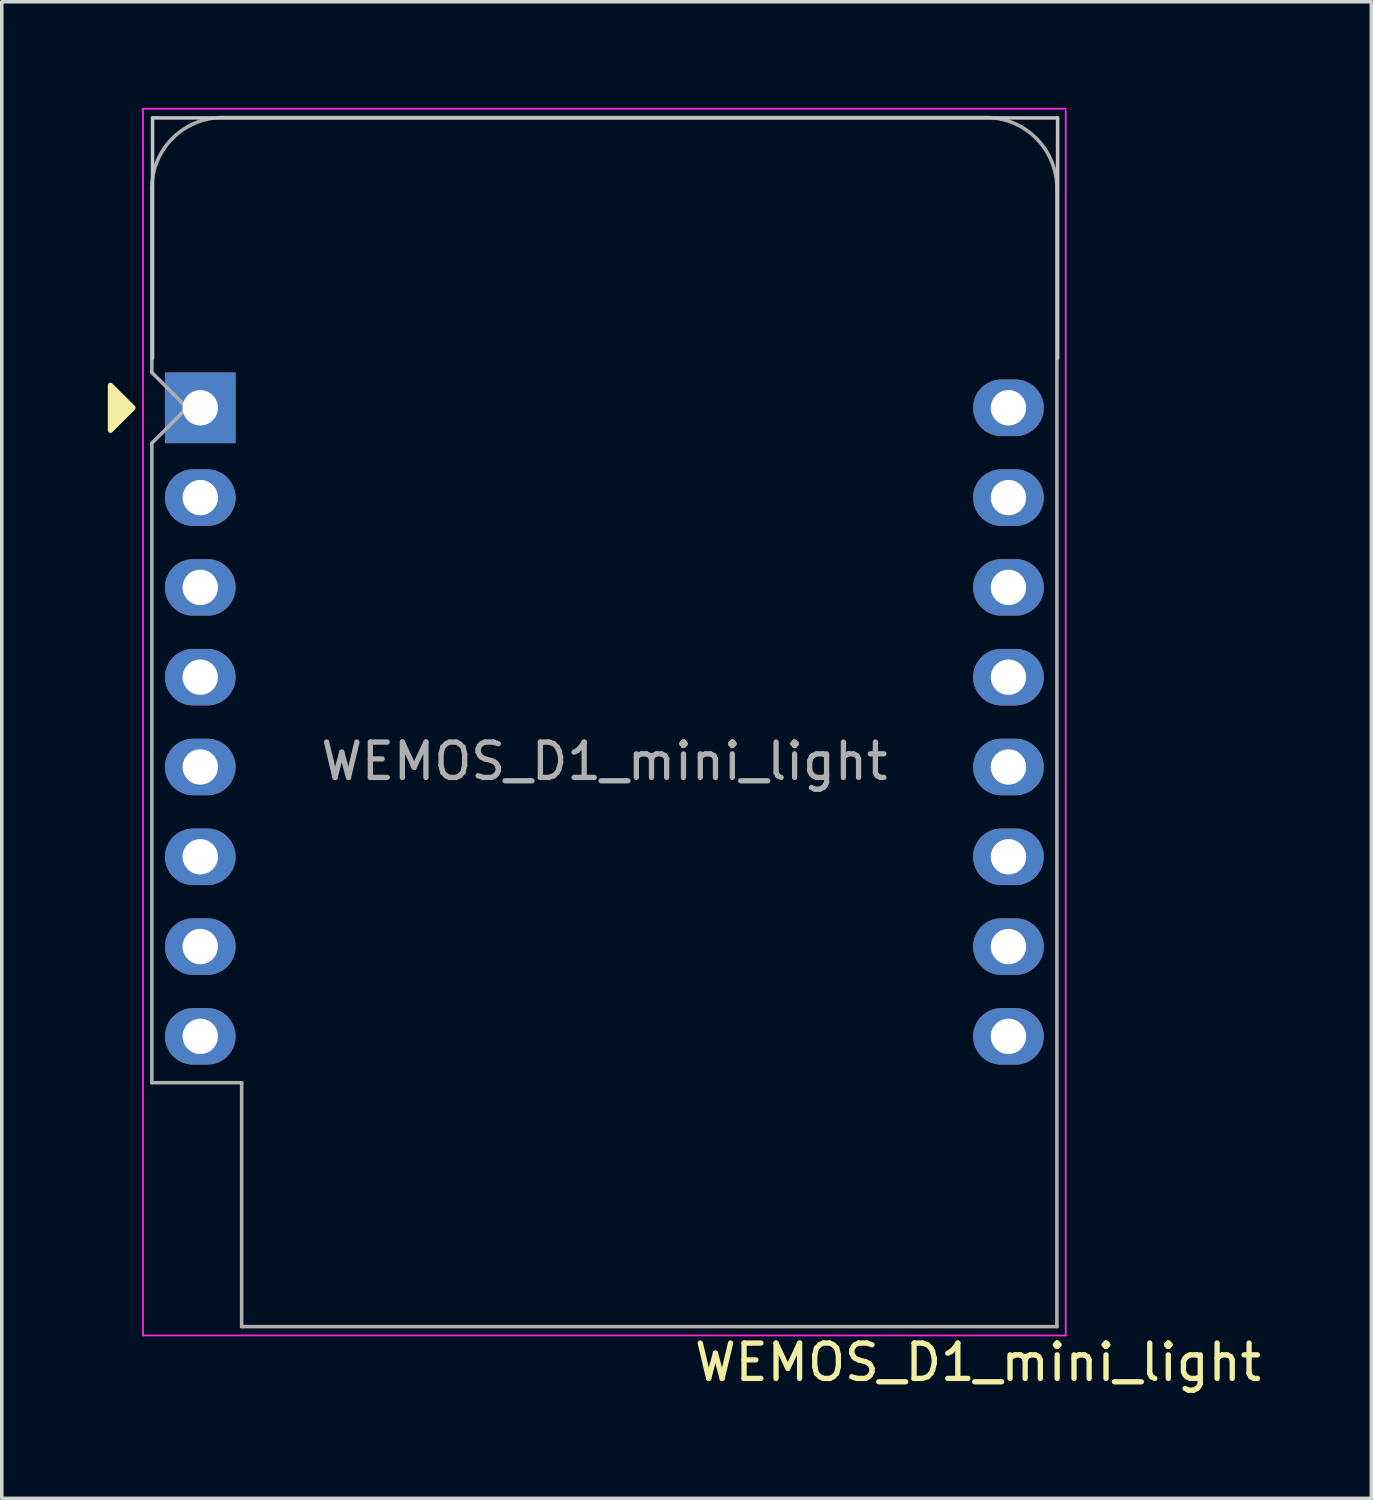
<source format=kicad_pcb>
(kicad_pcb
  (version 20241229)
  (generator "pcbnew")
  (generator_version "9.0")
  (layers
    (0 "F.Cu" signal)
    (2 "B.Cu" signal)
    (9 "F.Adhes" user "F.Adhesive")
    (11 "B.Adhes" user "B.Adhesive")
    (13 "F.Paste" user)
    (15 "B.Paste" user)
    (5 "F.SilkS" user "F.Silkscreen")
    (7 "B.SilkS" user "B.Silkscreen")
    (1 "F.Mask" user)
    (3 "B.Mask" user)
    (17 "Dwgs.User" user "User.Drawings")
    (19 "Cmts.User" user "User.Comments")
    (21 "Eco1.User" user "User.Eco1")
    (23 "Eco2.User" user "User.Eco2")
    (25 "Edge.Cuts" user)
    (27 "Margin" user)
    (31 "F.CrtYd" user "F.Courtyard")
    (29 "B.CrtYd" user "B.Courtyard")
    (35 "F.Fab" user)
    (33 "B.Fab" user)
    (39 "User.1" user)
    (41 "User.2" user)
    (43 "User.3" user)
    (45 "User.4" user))
  (footprint "WEMOS_D1_mini_light"
    (layer "F.Cu")
    (at 2.615 8.485)
    (property "Reference" "WEMOS_D1_mini_light" (at 22 27 0) (layer "F.SilkS") (effects (font (size 1 1) (thickness 0.15))))
    (attr through_hole)
    (fp_poly (pts (xy -2.54 -0.635) (xy -2.54 0.635) (xy -1.905 0)) (stroke (width 0.15) (type solid)) (fill yes) (layer "F.SilkS"))
    (fp_line (start -1.35 -8.2) (end -1.35 -1.4) (stroke (width 0.1) (type solid)) (layer "Dwgs.User"))
    (fp_line (start 24.25 -8.2) (end -1.35 -8.2) (stroke (width 0.1) (type solid)) (layer "Dwgs.User"))
    (fp_line (start 24.25 -1.4) (end 24.25 -8.2) (stroke (width 0.1) (type solid)) (layer "Dwgs.User"))
    (fp_line (start -1.62 -8.46) (end 24.48 -8.46) (stroke (width 0.05) (type solid)) (layer "F.CrtYd"))
    (fp_line (start -1.62 26.24) (end -1.62 -8.46) (stroke (width 0.05) (type solid)) (layer "F.CrtYd"))
    (fp_line (start 24.48 -8.41) (end 24.48 26.24) (stroke (width 0.05) (type solid)) (layer "F.CrtYd"))
    (fp_line (start 24.48 26.24) (end -1.62 26.24) (stroke (width 0.05) (type solid)) (layer "F.CrtYd"))
    (fp_line (start -1.37 -6.21) (end -1.37 -1) (stroke (width 0.1) (type solid)) (layer "F.Fab"))
    (fp_line (start -1.37 1) (end -1.37 19.09) (stroke (width 0.1) (type solid)) (layer "F.Fab"))
    (fp_line (start -1.37 1) (end -0.37 0) (stroke (width 0.1) (type solid)) (layer "F.Fab"))
    (fp_line (start -1.37 19.09) (end 1.17 19.09) (stroke (width 0.1) (type solid)) (layer "F.Fab"))
    (fp_line (start -0.37 0) (end -1.37 -1) (stroke (width 0.1) (type solid)) (layer "F.Fab"))
    (fp_line (start 1.17 19.09) (end 1.17 25.99) (stroke (width 0.1) (type solid)) (layer "F.Fab"))
    (fp_line (start 1.17 25.99) (end 24.23 25.99) (stroke (width 0.1) (type solid)) (layer "F.Fab"))
    (fp_line (start 22.23 -8.21) (end 0.63 -8.21) (stroke (width 0.1) (type solid)) (layer "F.Fab"))
    (fp_line (start 24.23 25.99) (end 24.23 -6.21) (stroke (width 0.1) (type solid)) (layer "F.Fab"))
    (fp_arc (start -1.37 -6.21) (mid -0.784214 -7.624214) (end 0.63 -8.21) (stroke (width 0.1) (type solid)) (layer "F.Fab"))
    (fp_arc (start 22.25 -8.21) (mid 23.658356 -7.610071) (end 24.23 -6.19) (stroke (width 0.1) (type solid)) (layer "F.Fab"))
    (fp_text user "${REFERENCE}" (at 11.43 10 0) (layer "F.Fab") (effects (font (size 1 1) (thickness 0.15))))
    (pad "1" thru_hole rect (at 0 0) (size 2 2) (drill 1) (layers "*.Cu" "*.Mask"))
    (pad "2" thru_hole oval (at 0 2.54) (size 2 1.6) (drill 1) (layers "*.Cu" "*.Mask"))
    (pad "3" thru_hole oval (at 0 5.08) (size 2 1.6) (drill 1) (layers "*.Cu" "*.Mask"))
    (pad "4" thru_hole oval (at 0 7.62) (size 2 1.6) (drill 1) (layers "*.Cu" "*.Mask"))
    (pad "5" thru_hole oval (at 0 10.16) (size 2 1.6) (drill 1) (layers "*.Cu" "*.Mask"))
    (pad "6" thru_hole oval (at 0 12.7) (size 2 1.6) (drill 1) (layers "*.Cu" "*.Mask"))
    (pad "7" thru_hole oval (at 0 15.24) (size 2 1.6) (drill 1) (layers "*.Cu" "*.Mask"))
    (pad "8" thru_hole oval (at 0 17.78) (size 2 1.6) (drill 1) (layers "*.Cu" "*.Mask"))
    (pad "9" thru_hole oval (at 22.86 17.78) (size 2 1.6) (drill 1) (layers "*.Cu" "*.Mask"))
    (pad "10" thru_hole oval (at 22.86 15.24) (size 2 1.6) (drill 1) (layers "*.Cu" "*.Mask"))
    (pad "11" thru_hole oval (at 22.86 12.7) (size 2 1.6) (drill 1) (layers "*.Cu" "*.Mask"))
    (pad "12" thru_hole oval (at 22.86 10.16) (size 2 1.6) (drill 1) (layers "*.Cu" "*.Mask"))
    (pad "13" thru_hole oval (at 22.86 7.62) (size 2 1.6) (drill 1) (layers "*.Cu" "*.Mask"))
    (pad "14" thru_hole oval (at 22.86 5.08) (size 2 1.6) (drill 1) (layers "*.Cu" "*.Mask"))
    (pad "15" thru_hole oval (at 22.86 2.54) (size 2 1.6) (drill 1) (layers "*.Cu" "*.Mask"))
    (pad "16" thru_hole oval (at 22.86 0) (size 2 1.6) (drill 1) (layers "*.Cu" "*.Mask")))
  (gr_rect
    (start -3 -3)
    (end 35.74 39.333)
    (stroke (width 0.1) (type default))
    (fill no)
    (layer "Edge.Cuts")))
</source>
